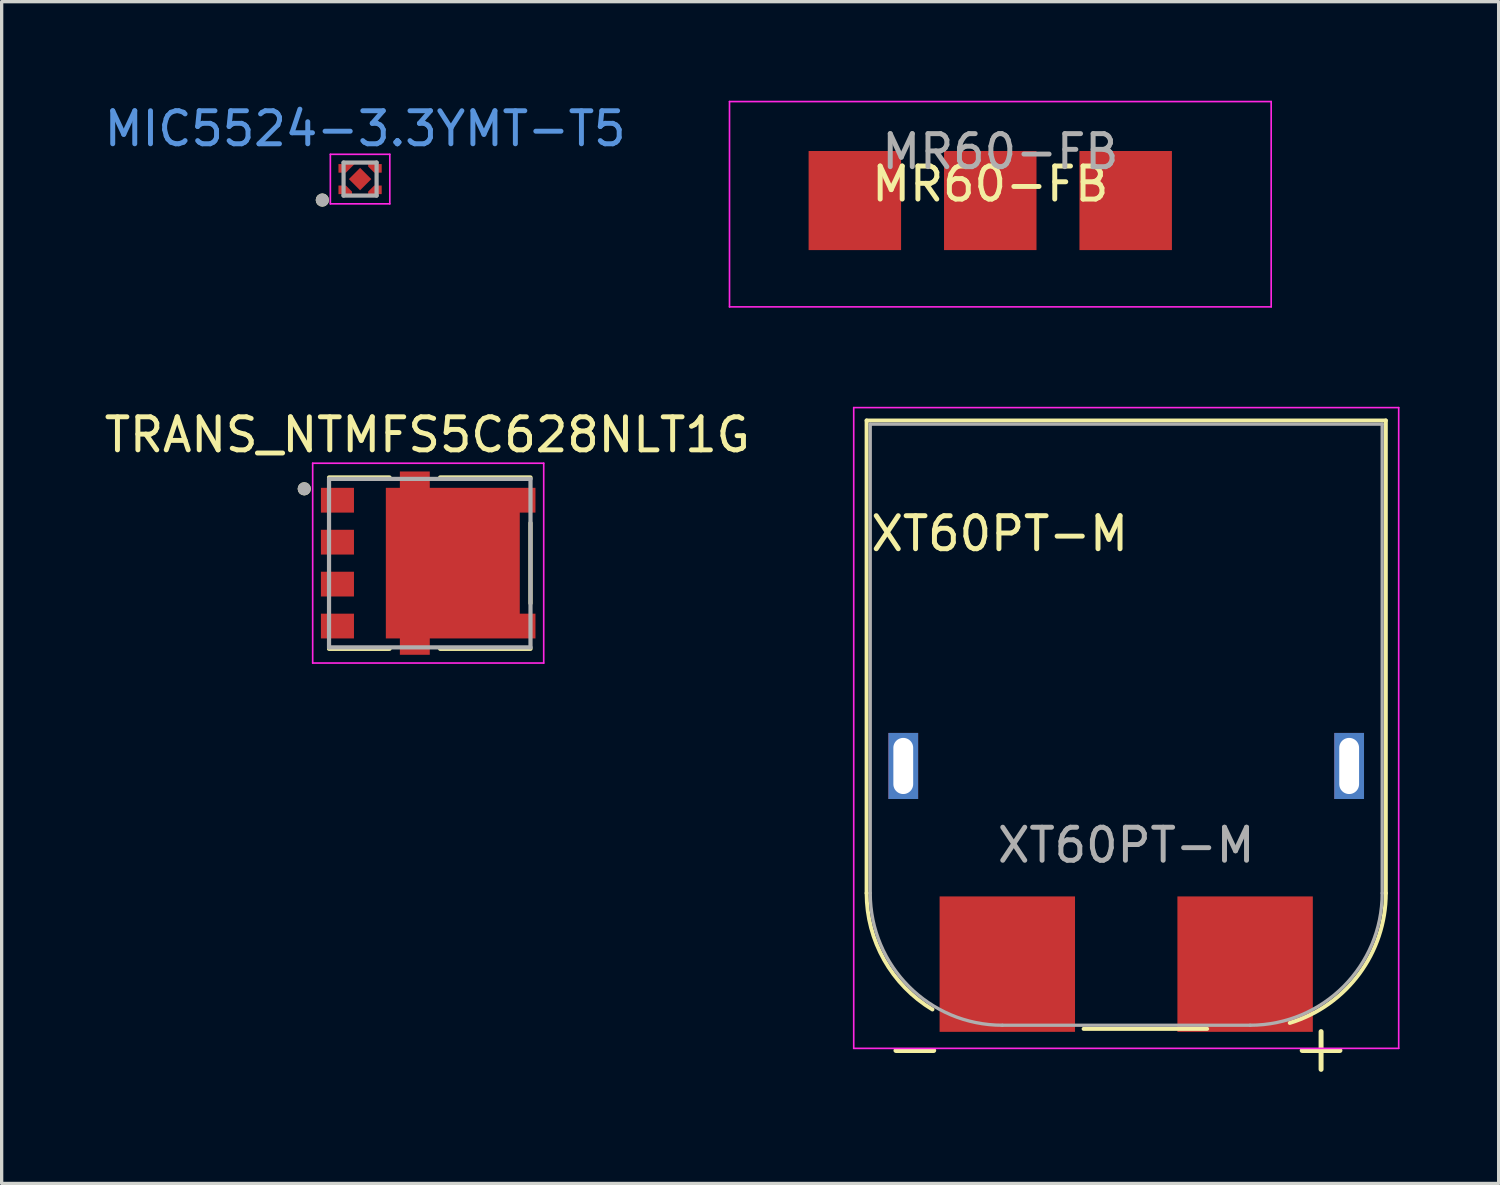
<source format=kicad_pcb>
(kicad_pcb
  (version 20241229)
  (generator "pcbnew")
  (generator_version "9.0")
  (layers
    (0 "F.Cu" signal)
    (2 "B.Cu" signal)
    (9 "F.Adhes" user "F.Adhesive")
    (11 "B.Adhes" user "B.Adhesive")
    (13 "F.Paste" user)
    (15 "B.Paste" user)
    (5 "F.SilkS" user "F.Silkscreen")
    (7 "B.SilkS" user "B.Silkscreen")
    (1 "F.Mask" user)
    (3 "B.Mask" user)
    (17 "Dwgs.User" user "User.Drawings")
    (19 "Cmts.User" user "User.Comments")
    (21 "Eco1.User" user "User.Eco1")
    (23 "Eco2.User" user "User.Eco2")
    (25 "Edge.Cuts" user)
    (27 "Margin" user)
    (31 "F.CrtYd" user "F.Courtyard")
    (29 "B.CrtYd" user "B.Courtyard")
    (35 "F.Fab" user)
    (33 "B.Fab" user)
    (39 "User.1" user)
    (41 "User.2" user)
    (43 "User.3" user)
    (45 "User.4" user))
  (footprint "MR60-FB"
    (layer "F.Cu")
    (at 26.932 3.022)
    (property "Reference" "MR60-FB" (at 0 -0.5 0) (unlocked yes) (layer "F.SilkS") (effects (font (size 1 1) (thickness 0.15))))
    (attr smd)
    (fp_line (start -7.895 -2.997) (end -7.895 3.219) (stroke (width 0.05) (type solid)) (layer "F.CrtYd"))
    (fp_line (start -7.895 -2.997) (end 8.505 -2.997) (stroke (width 0.05) (type solid)) (layer "F.CrtYd"))
    (fp_line (start -7.895 3.219) (end 8.505 3.219) (stroke (width 0.05) (type solid)) (layer "F.CrtYd"))
    (fp_line (start 8.505 -2.997) (end 8.505 3.219) (stroke (width 0.05) (type solid)) (layer "F.CrtYd"))
    (fp_text user "${REFERENCE}" (at 0.305 -1.481 0) (layer "F.Fab") (effects (font (size 1 1) (thickness 0.15))))
    (pad "1" smd rect (at -4.1 0) (size 2.8 3) (layers "F.Cu" "F.Mask" "F.Paste"))
    (pad "2" smd rect (at 0 0) (size 2.8 3) (layers "F.Cu" "F.Mask" "F.Paste"))
    (pad "3" smd rect (at 4.1 0) (size 2.8 3) (layers "F.Cu" "F.Mask" "F.Paste")))
  (footprint "TRANS_NTMFS5C628NLT1G"
    (layer "F.Cu")
    (at 9.962 14)
    (property "Reference" "TRANS_NTMFS5C628NLT1G" (at -0.075 -3.885 0) (layer "F.SilkS") (effects (font (size 1 1) (thickness 0.15))))
    (attr smd)
    (fp_poly (pts (xy -1.43 2.38) (xy -1.43 -2.38) (xy -1.005 -2.38) (xy -1.005 -2.875) (xy 0.1 -2.875) (xy 0.1 -2.38) (xy 3.3 -2.38) (xy 3.3 -1.43) (xy 2.825 -1.43) (xy 2.825 1.43) (xy 3.3 1.43) (xy 3.3 2.38) (xy 0.1 2.38) (xy 0.1 2.875) (xy -1.005 2.875) (xy -1.005 2.38)) (stroke (width 0.0001) (type solid)) (fill yes) (layer "F.Mask"))
    (fp_line (start -3.05 2.594) (end -1.218 2.594) (stroke (width 0.127) (type solid)) (layer "F.SilkS"))
    (fp_line (start -1.218 -2.594) (end -3.05 -2.594) (stroke (width 0.127) (type solid)) (layer "F.SilkS"))
    (fp_line (start 0.314 2.594) (end 3.05 2.594) (stroke (width 0.127) (type solid)) (layer "F.SilkS"))
    (fp_line (start 3.05 -2.594) (end 0.314 -2.594) (stroke (width 0.127) (type solid)) (layer "F.SilkS"))
    (fp_line (start 3.05 1.216) (end 3.05 -1.216) (stroke (width 0.127) (type solid)) (layer "F.SilkS"))
    (fp_circle (center -3.8 -2.25) (end -3.7 -2.25) (stroke (width 0.2) (type solid)) (fill no) (layer "F.SilkS"))
    (fp_poly (pts (xy -0.85 -1.95) (xy 0.5 -1.95) (xy 0.5 -1.2) (xy -0.85 -1.2)) (stroke (width 0.01) (type solid)) (fill yes) (layer "F.Paste"))
    (fp_poly (pts (xy -0.85 -0.9) (xy 0.5 -0.9) (xy 0.5 -0.15) (xy -0.85 -0.15)) (stroke (width 0.01) (type solid)) (fill yes) (layer "F.Paste"))
    (fp_poly (pts (xy -0.85 0.15) (xy 0.5 0.15) (xy 0.5 0.9) (xy -0.85 0.9)) (stroke (width 0.01) (type solid)) (fill yes) (layer "F.Paste"))
    (fp_poly (pts (xy -0.85 1.2) (xy 0.5 1.2) (xy 0.5 1.95) (xy -0.85 1.95)) (stroke (width 0.01) (type solid)) (fill yes) (layer "F.Paste"))
    (fp_poly (pts (xy 0.9 -1.95) (xy 2.25 -1.95) (xy 2.25 -1.2) (xy 0.9 -1.2)) (stroke (width 0.01) (type solid)) (fill yes) (layer "F.Paste"))
    (fp_poly (pts (xy 0.9 -0.9) (xy 2.25 -0.9) (xy 2.25 -0.15) (xy 0.9 -0.15)) (stroke (width 0.01) (type solid)) (fill yes) (layer "F.Paste"))
    (fp_poly (pts (xy 0.9 0.15) (xy 2.25 0.15) (xy 2.25 0.9) (xy 0.9 0.9)) (stroke (width 0.01) (type solid)) (fill yes) (layer "F.Paste"))
    (fp_poly (pts (xy 0.9 1.2) (xy 2.25 1.2) (xy 2.25 1.95) (xy 0.9 1.95)) (stroke (width 0.01) (type solid)) (fill yes) (layer "F.Paste"))
    (fp_line (start -3.545 -3.025) (end 3.45 -3.025) (stroke (width 0.05) (type solid)) (layer "F.CrtYd"))
    (fp_line (start -3.545 3.025) (end -3.545 -3.025) (stroke (width 0.05) (type solid)) (layer "F.CrtYd"))
    (fp_line (start 3.45 -3.025) (end 3.45 3.025) (stroke (width 0.05) (type solid)) (layer "F.CrtYd"))
    (fp_line (start 3.45 3.025) (end -3.545 3.025) (stroke (width 0.05) (type solid)) (layer "F.CrtYd"))
    (fp_line (start -3.05 -2.55) (end -3.05 2.55) (stroke (width 0.127) (type solid)) (layer "F.Fab"))
    (fp_line (start -3.05 2.55) (end 3.05 2.55) (stroke (width 0.127) (type solid)) (layer "F.Fab"))
    (fp_line (start 3.05 -2.55) (end -3.05 -2.55) (stroke (width 0.127) (type solid)) (layer "F.Fab"))
    (fp_line (start 3.05 2.55) (end 3.05 -2.55) (stroke (width 0.127) (type solid)) (layer "F.Fab"))
    (fp_circle (center -3.8 -2.25) (end -3.7 -2.25) (stroke (width 0.2) (type solid)) (fill no) (layer "F.Fab"))
    (pad "1" smd rect (at -2.795 -1.905) (size 1 0.75) (layers "F.Cu" "F.Mask" "F.Paste"))
    (pad "2" smd rect (at -2.795 -0.635) (size 1 0.75) (layers "F.Cu" "F.Mask" "F.Paste"))
    (pad "3" smd rect (at -2.795 0.635) (size 1 0.75) (layers "F.Cu" "F.Mask" "F.Paste"))
    (pad "4" smd rect (at -2.795 1.905) (size 1 0.75) (layers "F.Cu" "F.Mask" "F.Paste"))
    (pad "5" smd custom (at 0 0) (size 1 1) (layers "F.Cu" "F.Mask") (options (anchor rect)) (primitives (gr_poly (pts (xy -1.33 2.28) (xy -1.33 -2.28) (xy -0.905 -2.28) (xy -0.905 -2.775) (xy 0 -2.775) (xy 0 -2.28) (xy 3.2 -2.28) (xy 3.2 -1.53) (xy 2.725 -1.53) (xy 2.725 1.53) (xy 3.2 1.53) (xy 3.2 2.28) (xy 0 2.28) (xy 0 2.775) (xy -0.905 2.775) (xy -0.905 2.28)) (width 0.0001) (fill yes)))))
  (footprint "MIC5524-3.3YMT-T5"
    (layer "F.Cu")
    (at 7.879 2.372)
    (property "Reference" "MIC5524-3.3YMT-T5" (at 0.127 -1.524 0) (unlocked yes) (layer "Cmts.User") (effects (font (size 1 1) (thickness 0.15))))
    (attr smd)
    (fp_poly (pts (xy -0.416 -0.1) (xy -0.777 -0.1) (xy -0.777 -0.55) (xy 0.034 -0.55)) (stroke (width 0.01) (type solid)) (fill yes) (layer "F.Mask"))
    (fp_poly (pts (xy -0.777 0.1) (xy -0.777 0.55) (xy -0.177 0.55) (xy -0.177 0.339) (xy -0.416 0.1)) (stroke (width 0.01) (type solid)) (fill yes) (layer "F.Mask"))
    (fp_poly (pts (xy 0.123 -0.55) (xy 0.123 -0.339) (xy 0.362 -0.1) (xy 0.723 -0.1) (xy 0.723 -0.55)) (stroke (width 0.01) (type solid)) (fill yes) (layer "F.Mask"))
    (fp_poly (pts (xy 0.723 0.55) (xy 0.123 0.55) (xy 0.123 0.339) (xy 0.362 0.1) (xy 0.723 0.1)) (stroke (width 0.01) (type solid)) (fill yes) (layer "F.Mask"))
    (fp_circle (center -1.17 0.635) (end -1.07 0.635) (stroke (width 0.2) (type solid)) (fill no) (layer "F.SilkS"))
    (fp_poly (pts (xy -0.677 -0.45) (xy -0.677 -0.2) (xy -0.457 -0.2) (xy -0.207 -0.45)) (stroke (width 0.01) (type solid)) (fill yes) (layer "F.Paste"))
    (fp_poly (pts (xy -0.277 0.45) (xy -0.677 0.45) (xy -0.677 0.2) (xy -0.457 0.2) (xy -0.277 0.38)) (stroke (width 0.01) (type solid)) (fill yes) (layer "F.Paste"))
    (fp_poly (pts (xy 0.403 -0.2) (xy 0.223 -0.38) (xy 0.223 -0.45) (xy 0.623 -0.45) (xy 0.623 -0.2)) (stroke (width 0.01) (type solid)) (fill yes) (layer "F.Paste"))
    (fp_poly (pts (xy 0.623 0.45) (xy 0.223 0.45) (xy 0.223 0.38) (xy 0.403 0.2) (xy 0.623 0.2)) (stroke (width 0.01) (type solid)) (fill yes) (layer "F.Paste"))
    (fp_line (start -0.927 -0.75) (end -0.927 0.75) (stroke (width 0.05) (type solid)) (layer "F.CrtYd"))
    (fp_line (start -0.927 0.75) (end 0.873 0.75) (stroke (width 0.05) (type solid)) (layer "F.CrtYd"))
    (fp_line (start 0.873 -0.75) (end -0.927 -0.75) (stroke (width 0.05) (type solid)) (layer "F.CrtYd"))
    (fp_line (start 0.873 0.75) (end 0.873 -0.75) (stroke (width 0.05) (type solid)) (layer "F.CrtYd"))
    (fp_line (start -0.527 -0.5) (end -0.527 0.5) (stroke (width 0.127) (type solid)) (layer "F.Fab"))
    (fp_line (start -0.527 0.5) (end 0.473 0.5) (stroke (width 0.127) (type solid)) (layer "F.Fab"))
    (fp_line (start 0.473 -0.5) (end -0.527 -0.5) (stroke (width 0.127) (type solid)) (layer "F.Fab"))
    (fp_line (start 0.473 0.5) (end 0.473 -0.5) (stroke (width 0.127) (type solid)) (layer "F.Fab"))
    (fp_circle (center -1.17 0.635) (end -1.07 0.635) (stroke (width 0.2) (type solid)) (fill no) (layer "F.Fab"))
    (pad "1" smd custom (at -0.477 0.325) (size 0.1 0.1) (layers "F.Cu") (options (anchor rect)) (primitives (gr_poly (pts (xy 0.2 0.125) (xy -0.2 0.125) (xy -0.2 -0.125) (xy 0.02 -0.125) (xy 0.2 0.055)) (width 0.01) (fill yes))))
    (pad "2" smd custom (at 0.423 0.325) (size 0.1 0.1) (layers "F.Cu") (options (anchor rect)) (primitives (gr_poly (pts (xy 0.2 0.125) (xy -0.2 0.125) (xy -0.2 0.055) (xy -0.02 -0.125) (xy 0.2 -0.125)) (width 0.01) (fill yes))))
    (pad "3" smd custom (at -0.477 -0.325) (size 0.1 0.1) (layers "F.Cu") (options (anchor rect)) (primitives (gr_poly (pts (xy -0.2 -0.125) (xy -0.2 0.125) (xy 0.02 0.125) (xy 0.27 -0.125)) (width 0.01) (fill yes))))
    (pad "4" smd custom (at 0.423 -0.325) (size 0.1 0.1) (layers "F.Cu") (options (anchor rect)) (primitives (gr_poly (pts (xy -0.02 0.125) (xy -0.2 -0.055) (xy -0.2 -0.125) (xy 0.2 -0.125) (xy 0.2 0.125)) (width 0.01) (fill yes))))
    (pad "EP" smd rect (at -0.027 0 45) (size 0.48 0.48) (layers "F.Cu" "F.Mask" "F.Paste")))
  (footprint "XT60PT-M"
    (layer "F.Cu")
    (at 27.218 13.609)
    (property "Reference" "XT60PT-M" (at 0 -0.5 0) (unlocked yes) (layer "F.SilkS") (effects (font (size 1 1) (thickness 0.15))))
    (attr smd)
    (fp_line (start -4.03 -3.928) (end -4.03 10.382) (stroke (width 0.12) (type solid)) (layer "F.SilkS"))
    (fp_line (start -4.03 -3.928) (end 11.69 -3.928) (stroke (width 0.12) (type solid)) (layer "F.SilkS"))
    (fp_line (start 2.54 14.492) (end 6.28 14.492) (stroke (width 0.12) (type solid)) (layer "F.SilkS"))
    (fp_line (start 11.69 -3.928) (end 11.69 10.382) (stroke (width 0.12) (type solid)) (layer "F.SilkS"))
    (fp_arc (start -2.036406 13.904958) (mid -3.496762 12.405861) (end -4.0296 10.382) (stroke (width 0.12) (type solid)) (layer "F.SilkS"))
    (fp_arc (start 11.6904 10.382) (mid 10.884252 12.826722) (end 8.782048 14.312413) (stroke (width 0.12) (type solid)) (layer "F.SilkS"))
    (fp_line (start -4.42 -4.318) (end -4.42 15.082) (stroke (width 0.05) (type solid)) (layer "F.CrtYd"))
    (fp_line (start -4.42 -4.318) (end 12.08 -4.318) (stroke (width 0.05) (type solid)) (layer "F.CrtYd"))
    (fp_line (start 12.08 -4.318) (end 12.08 15.082) (stroke (width 0.05) (type solid)) (layer "F.CrtYd"))
    (fp_line (start 12.08 15.082) (end -4.42 15.082) (stroke (width 0.05) (type solid)) (layer "F.CrtYd"))
    (fp_line (start -3.92 -3.818) (end -3.92 10.382) (stroke (width 0.1) (type solid)) (layer "F.Fab"))
    (fp_line (start -3.92 -3.818) (end 11.58 -3.818) (stroke (width 0.1) (type solid)) (layer "F.Fab"))
    (fp_line (start 0.08 14.382) (end 7.58 14.382) (stroke (width 0.1) (type solid)) (layer "F.Fab"))
    (fp_line (start 11.58 -3.818) (end 11.58 10.382) (stroke (width 0.1) (type solid)) (layer "F.Fab"))
    (fp_arc (start 0.0804 14.382) (mid -2.748027 13.210427) (end -3.9196 10.382) (stroke (width 0.1) (type solid)) (layer "F.Fab"))
    (fp_arc (start 11.5804 10.382) (mid 10.408827 13.210427) (end 7.5804 14.382) (stroke (width 0.1) (type solid)) (layer "F.Fab"))
    (fp_text user "+" (at 9.73 15.032 0) (layer "F.SilkS") (effects (font (size 1.5 1.5) (thickness 0.15))))
    (fp_text user "-" (at -2.57 15.032 0) (layer "F.SilkS") (effects (font (size 1.5 1.5) (thickness 0.15))))
    (fp_text user "${REFERENCE}" (at 3.83 8.932 0) (layer "F.Fab") (effects (font (size 1 1) (thickness 0.15))))
    (pad "" thru_hole rect (at -2.92 6.532) (size 0.9 2) (drill oval 0.6 1.7) (layers "*.Cu" "*.Mask"))
    (pad "" thru_hole rect (at 10.58 6.532) (size 0.9 2) (drill oval 0.6 1.7) (layers "*.Cu" "*.Mask"))
    (pad "1" smd rect (at 0.23 12.532) (size 4.1 4.1) (layers "F.Cu" "F.Mask" "F.Paste"))
    (pad "2" smd rect (at 7.43 12.532) (size 4.1 4.1) (layers "F.Cu" "F.Mask" "F.Paste")))
  (gr_rect
    (start -3 -3)
    (end 42.324 32.782)
    (stroke (width 0.1) (type default))
    (fill no)
    (layer "Edge.Cuts")))
</source>
